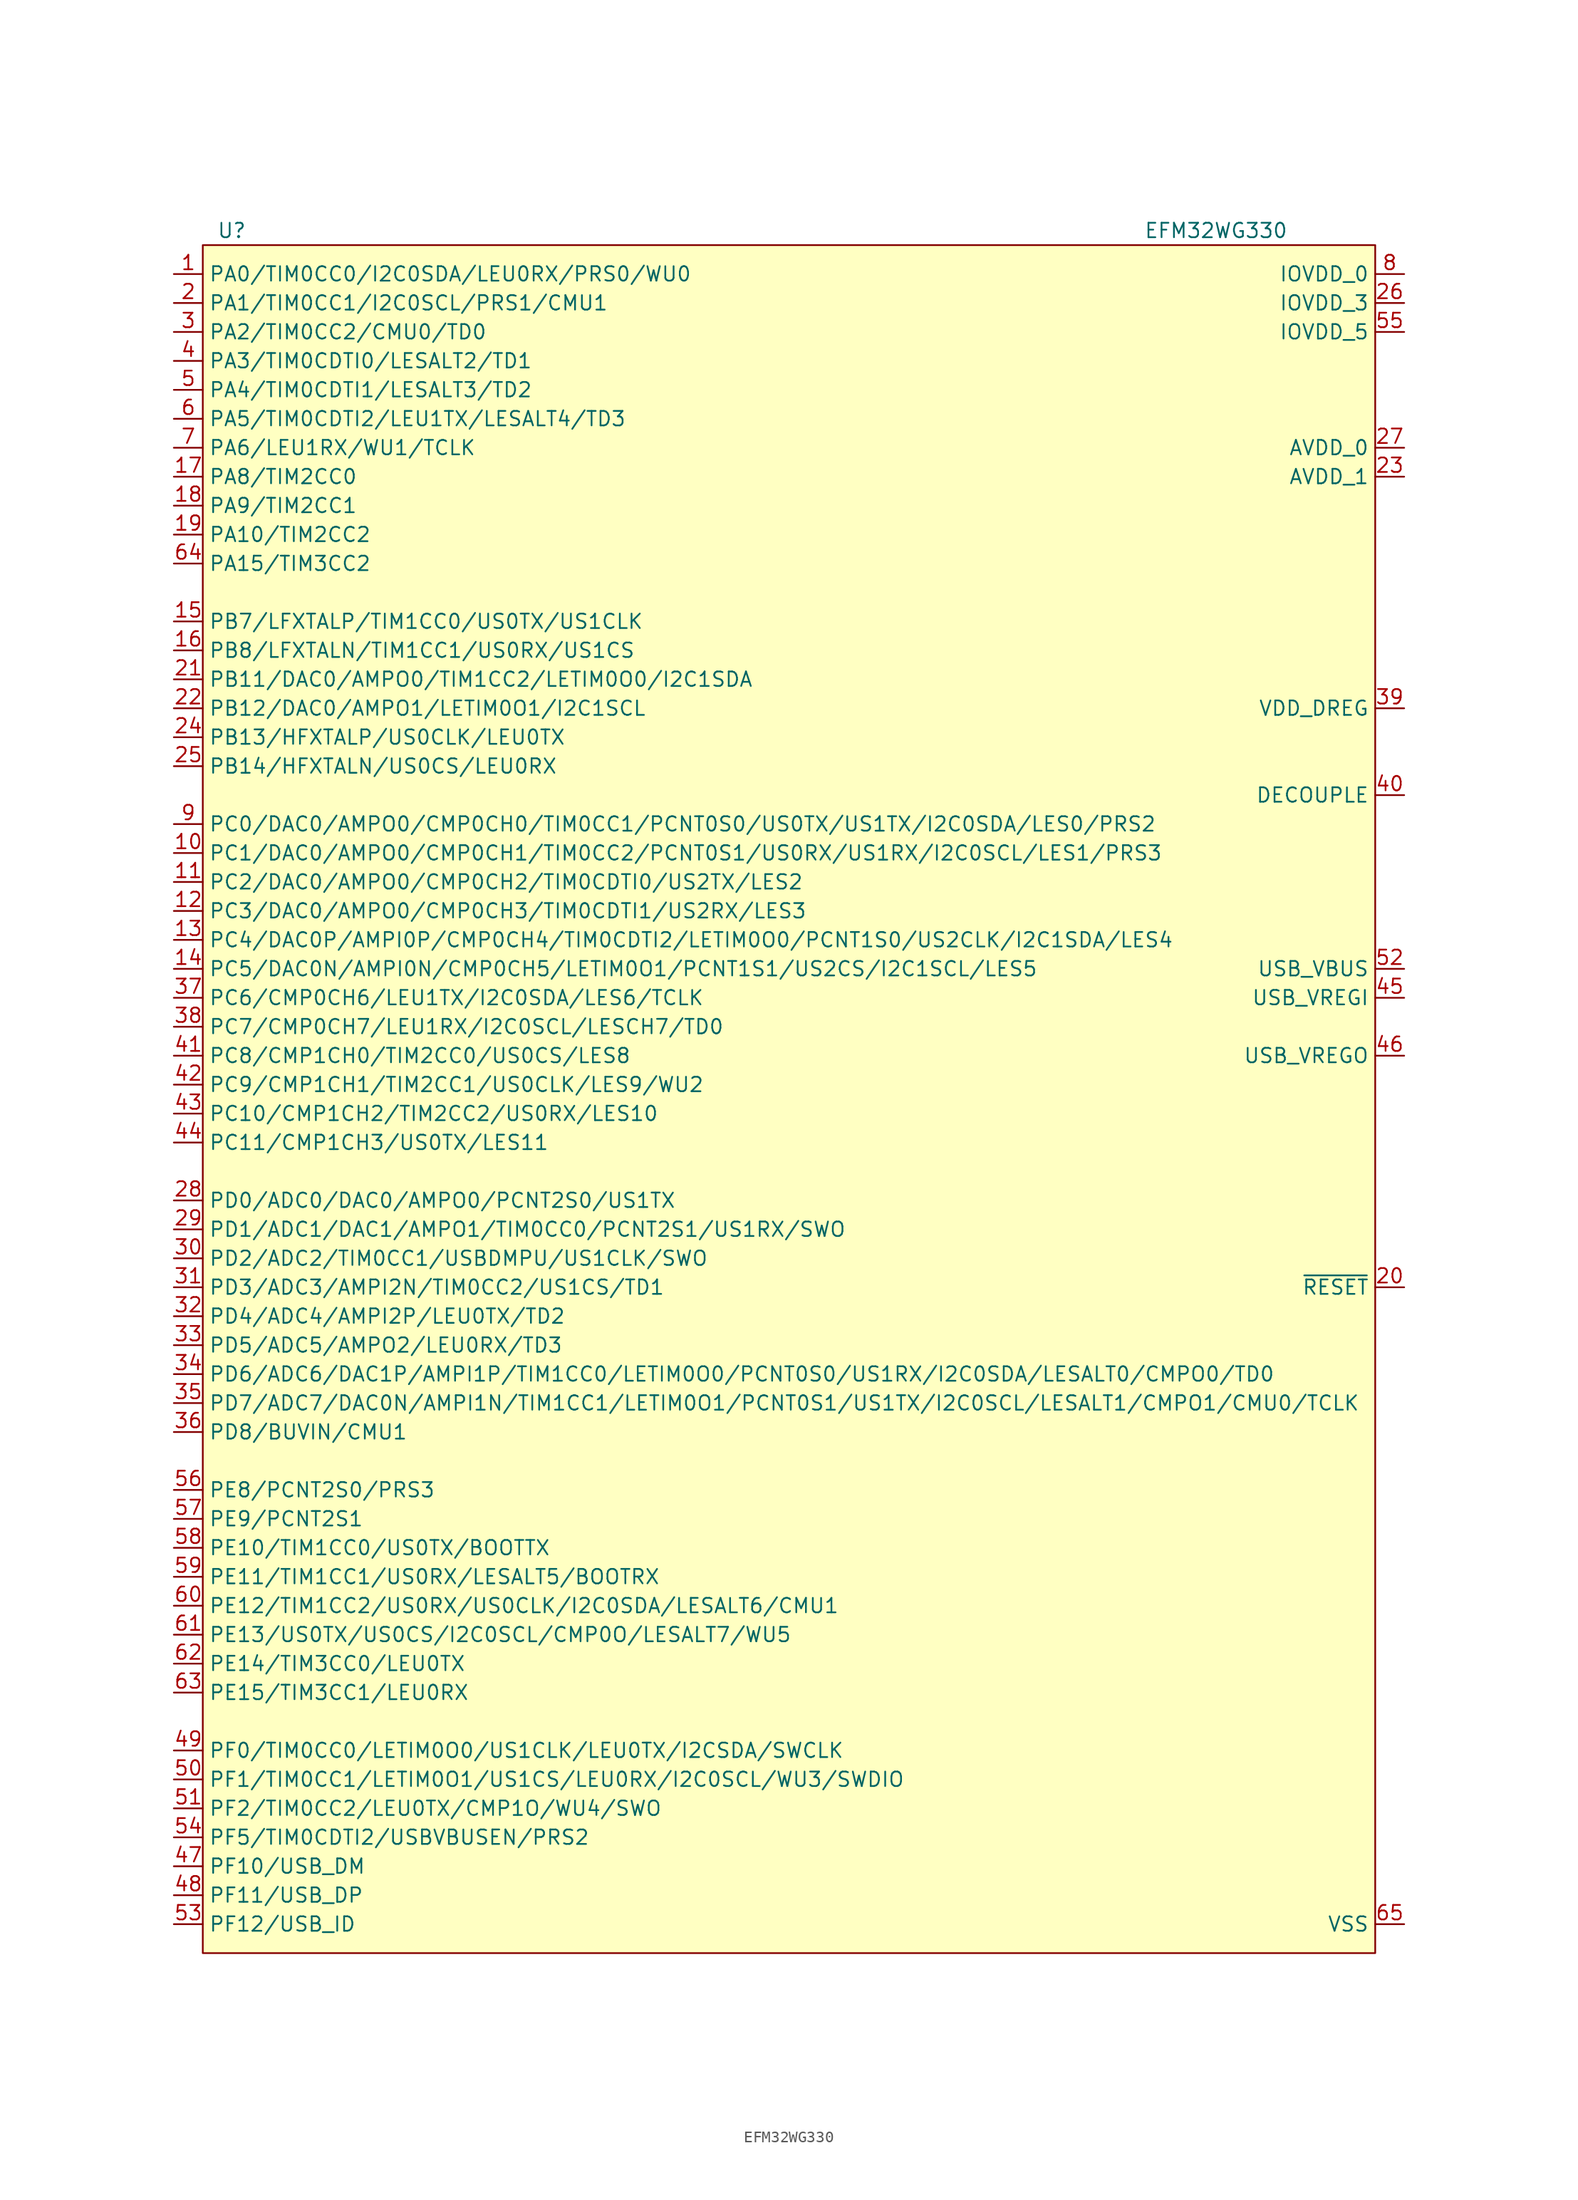
<source format=kicad_sym>
(kicad_symbol_lib
  (version 20231120)
  (generator "kicad_symbol_editor")
  (generator_version "8.0")
  (symbol "EFM32WG330"
    (property "Reference" "U"
      (at -49.53 72.39 0)
      (effects (font (size 1.27 1.27))))
    (property "Value" "EFM32WG330"
      (at 36.83 72.39 0)
      (effects (font (size 1.27 1.27))))
    (symbol "EFM32WG330_0_1"
      (rectangle (start -52.07 -78.74) (end 50.8 71.12) (stroke (width 0) (type default)) (fill (type background))))
    (symbol "EFM32WG330_1_1"
      (pin bidirectional line (at -54.61 68.58 0) (length 2.54) (name "PA0/TIM0CC0/I2C0SDA/LEU0RX/PRS0/WU0" (effects (font (size 1.27 1.27)))) (number "1" (effects (font (size 1.27 1.27)))))
      (pin bidirectional line (at -54.61 17.78 0) (length 2.54) (name "PC1/DAC0/AMPO0/CMP0CH1/TIM0CC2/PCNT0S1/US0RX/US1RX/I2C0SCL/LES1/PRS3" (effects (font (size 1.27 1.27)))) (number "10" (effects (font (size 1.27 1.27)))))
      (pin bidirectional line (at -54.61 15.24 0) (length 2.54) (name "PC2/DAC0/AMPO0/CMP0CH2/TIM0CDTI0/US2TX/LES2" (effects (font (size 1.27 1.27)))) (number "11" (effects (font (size 1.27 1.27)))))
      (pin bidirectional line (at -54.61 12.7 0) (length 2.54) (name "PC3/DAC0/AMPO0/CMP0CH3/TIM0CDTI1/US2RX/LES3" (effects (font (size 1.27 1.27)))) (number "12" (effects (font (size 1.27 1.27)))))
      (pin bidirectional line (at -54.61 10.16 0) (length 2.54) (name "PC4/DAC0P/AMPI0P/CMP0CH4/TIM0CDTI2/LETIM0O0/PCNT1S0/US2CLK/I2C1SDA/LES4" (effects (font (size 1.27 1.27)))) (number "13" (effects (font (size 1.27 1.27)))))
      (pin bidirectional line (at -54.61 7.62 0) (length 2.54) (name "PC5/DAC0N/AMPI0N/CMP0CH5/LETIM0O1/PCNT1S1/US2CS/I2C1SCL/LES5" (effects (font (size 1.27 1.27)))) (number "14" (effects (font (size 1.27 1.27)))))
      (pin bidirectional line (at -54.61 38.1 0) (length 2.54) (name "PB7/LFXTALP/TIM1CC0/US0TX/US1CLK" (effects (font (size 1.27 1.27)))) (number "15" (effects (font (size 1.27 1.27)))))
      (pin bidirectional line (at -54.61 35.56 0) (length 2.54) (name "PB8/LFXTALN/TIM1CC1/US0RX/US1CS" (effects (font (size 1.27 1.27)))) (number "16" (effects (font (size 1.27 1.27)))))
      (pin bidirectional line (at -54.61 50.8 0) (length 2.54) (name "PA8/TIM2CC0" (effects (font (size 1.27 1.27)))) (number "17" (effects (font (size 1.27 1.27)))))
      (pin bidirectional line (at -54.61 48.26 0) (length 2.54) (name "PA9/TIM2CC1" (effects (font (size 1.27 1.27)))) (number "18" (effects (font (size 1.27 1.27)))))
      (pin bidirectional line (at -54.61 45.72 0) (length 2.54) (name "PA10/TIM2CC2" (effects (font (size 1.27 1.27)))) (number "19" (effects (font (size 1.27 1.27)))))
      (pin bidirectional line (at -54.61 66.04 0) (length 2.54) (name "PA1/TIM0CC1/I2C0SCL/PRS1/CMU1" (effects (font (size 1.27 1.27)))) (number "2" (effects (font (size 1.27 1.27)))))
      (pin input line (at 53.34 -20.32 180) (length 2.54) (name "~{RESET}" (effects (font (size 1.27 1.27)))) (number "20" (effects (font (size 1.27 1.27)))))
      (pin bidirectional line (at -54.61 33.02 0) (length 2.54) (name "PB11/DAC0/AMPO0/TIM1CC2/LETIM0O0/I2C1SDA" (effects (font (size 1.27 1.27)))) (number "21" (effects (font (size 1.27 1.27)))))
      (pin bidirectional line (at -54.61 30.48 0) (length 2.54) (name "PB12/DAC0/AMPO1/LETIM0O1/I2C1SCL" (effects (font (size 1.27 1.27)))) (number "22" (effects (font (size 1.27 1.27)))))
      (pin power_in line (at 53.34 50.8 180) (length 2.54) (name "AVDD_1" (effects (font (size 1.27 1.27)))) (number "23" (effects (font (size 1.27 1.27)))))
      (pin bidirectional line (at -54.61 27.94 0) (length 2.54) (name "PB13/HFXTALP/US0CLK/LEU0TX" (effects (font (size 1.27 1.27)))) (number "24" (effects (font (size 1.27 1.27)))))
      (pin bidirectional line (at -54.61 25.4 0) (length 2.54) (name "PB14/HFXTALN/US0CS/LEU0RX" (effects (font (size 1.27 1.27)))) (number "25" (effects (font (size 1.27 1.27)))))
      (pin power_in line (at 53.34 66.04 180) (length 2.54) (name "IOVDD_3" (effects (font (size 1.27 1.27)))) (number "26" (effects (font (size 1.27 1.27)))))
      (pin power_in line (at 53.34 53.34 180) (length 2.54) (name "AVDD_0" (effects (font (size 1.27 1.27)))) (number "27" (effects (font (size 1.27 1.27)))))
      (pin bidirectional line (at -54.61 -12.7 0) (length 2.54) (name "PD0/ADC0/DAC0/AMPO0/PCNT2S0/US1TX" (effects (font (size 1.27 1.27)))) (number "28" (effects (font (size 1.27 1.27)))))
      (pin bidirectional line (at -54.61 -15.24 0) (length 2.54) (name "PD1/ADC1/DAC1/AMPO1/TIM0CC0/PCNT2S1/US1RX/SWO" (effects (font (size 1.27 1.27)))) (number "29" (effects (font (size 1.27 1.27)))))
      (pin bidirectional line (at -54.61 63.5 0) (length 2.54) (name "PA2/TIM0CC2/CMU0/TD0" (effects (font (size 1.27 1.27)))) (number "3" (effects (font (size 1.27 1.27)))))
      (pin bidirectional line (at -54.61 -17.78 0) (length 2.54) (name "PD2/ADC2/TIM0CC1/USBDMPU/US1CLK/SWO" (effects (font (size 1.27 1.27)))) (number "30" (effects (font (size 1.27 1.27)))))
      (pin bidirectional line (at -54.61 -20.32 0) (length 2.54) (name "PD3/ADC3/AMPI2N/TIM0CC2/US1CS/TD1" (effects (font (size 1.27 1.27)))) (number "31" (effects (font (size 1.27 1.27)))))
      (pin bidirectional line (at -54.61 -22.86 0) (length 2.54) (name "PD4/ADC4/AMPI2P/LEU0TX/TD2" (effects (font (size 1.27 1.27)))) (number "32" (effects (font (size 1.27 1.27)))))
      (pin bidirectional line (at -54.61 -25.4 0) (length 2.54) (name "PD5/ADC5/AMPO2/LEU0RX/TD3" (effects (font (size 1.27 1.27)))) (number "33" (effects (font (size 1.27 1.27)))))
      (pin bidirectional line (at -54.61 -27.94 0) (length 2.54) (name "PD6/ADC6/DAC1P/AMPI1P/TIM1CC0/LETIM0O0/PCNT0S0/US1RX/I2C0SDA/LESALT0/CMPO0/TD0" (effects (font (size 1.27 1.27)))) (number "34" (effects (font (size 1.27 1.27)))))
      (pin bidirectional line (at -54.61 -30.48 0) (length 2.54) (name "PD7/ADC7/DAC0N/AMPI1N/TIM1CC1/LETIM0O1/PCNT0S1/US1TX/I2C0SCL/LESALT1/CMPO1/CMU0/TCLK" (effects (font (size 1.27 1.27)))) (number "35" (effects (font (size 1.27 1.27)))))
      (pin bidirectional line (at -54.61 -33.02 0) (length 2.54) (name "PD8/BUVIN/CMU1" (effects (font (size 1.27 1.27)))) (number "36" (effects (font (size 1.27 1.27)))))
      (pin bidirectional line (at -54.61 5.08 0) (length 2.54) (name "PC6/CMP0CH6/LEU1TX/I2C0SDA/LES6/TCLK" (effects (font (size 1.27 1.27)))) (number "37" (effects (font (size 1.27 1.27)))))
      (pin bidirectional line (at -54.61 2.54 0) (length 2.54) (name "PC7/CMP0CH7/LEU1RX/I2C0SCL/LESCH7/TD0" (effects (font (size 1.27 1.27)))) (number "38" (effects (font (size 1.27 1.27)))))
      (pin power_out line (at 53.34 30.48 180) (length 2.54) (name "VDD_DREG" (effects (font (size 1.27 1.27)))) (number "39" (effects (font (size 1.27 1.27)))))
      (pin bidirectional line (at -54.61 60.96 0) (length 2.54) (name "PA3/TIM0CDTI0/LESALT2/TD1" (effects (font (size 1.27 1.27)))) (number "4" (effects (font (size 1.27 1.27)))))
      (pin power_out line (at 53.34 22.86 180) (length 2.54) (name "DECOUPLE" (effects (font (size 1.27 1.27)))) (number "40" (effects (font (size 1.27 1.27)))))
      (pin bidirectional line (at -54.61 0 0) (length 2.54) (name "PC8/CMP1CH0/TIM2CC0/US0CS/LES8" (effects (font (size 1.27 1.27)))) (number "41" (effects (font (size 1.27 1.27)))))
      (pin bidirectional line (at -54.61 -2.54 0) (length 2.54) (name "PC9/CMP1CH1/TIM2CC1/US0CLK/LES9/WU2" (effects (font (size 1.27 1.27)))) (number "42" (effects (font (size 1.27 1.27)))))
      (pin bidirectional line (at -54.61 -5.08 0) (length 2.54) (name "PC10/CMP1CH2/TIM2CC2/US0RX/LES10" (effects (font (size 1.27 1.27)))) (number "43" (effects (font (size 1.27 1.27)))))
      (pin bidirectional line (at -54.61 -7.62 0) (length 2.54) (name "PC11/CMP1CH3/US0TX/LES11" (effects (font (size 1.27 1.27)))) (number "44" (effects (font (size 1.27 1.27)))))
      (pin power_in line (at 53.34 5.08 180) (length 2.54) (name "USB_VREGI" (effects (font (size 1.27 1.27)))) (number "45" (effects (font (size 1.27 1.27)))))
      (pin power_out line (at 53.34 0 180) (length 2.54) (name "USB_VREGO" (effects (font (size 1.27 1.27)))) (number "46" (effects (font (size 1.27 1.27)))))
      (pin bidirectional line (at -54.61 -71.12 0) (length 2.54) (name "PF10/USB_DM" (effects (font (size 1.27 1.27)))) (number "47" (effects (font (size 1.27 1.27)))))
      (pin bidirectional line (at -54.61 -73.66 0) (length 2.54) (name "PF11/USB_DP" (effects (font (size 1.27 1.27)))) (number "48" (effects (font (size 1.27 1.27)))))
      (pin bidirectional line (at -54.61 -60.96 0) (length 2.54) (name "PF0/TIM0CC0/LETIM0O0/US1CLK/LEU0TX/I2CSDA/SWCLK" (effects (font (size 1.27 1.27)))) (number "49" (effects (font (size 1.27 1.27)))))
      (pin bidirectional line (at -54.61 58.42 0) (length 2.54) (name "PA4/TIM0CDTI1/LESALT3/TD2" (effects (font (size 1.27 1.27)))) (number "5" (effects (font (size 1.27 1.27)))))
      (pin bidirectional line (at -54.61 -63.5 0) (length 2.54) (name "PF1/TIM0CC1/LETIM0O1/US1CS/LEU0RX/I2C0SCL/WU3/SWDIO" (effects (font (size 1.27 1.27)))) (number "50" (effects (font (size 1.27 1.27)))))
      (pin bidirectional line (at -54.61 -66.04 0) (length 2.54) (name "PF2/TIM0CC2/LEU0TX/CMP1O/WU4/SWO" (effects (font (size 1.27 1.27)))) (number "51" (effects (font (size 1.27 1.27)))))
      (pin input line (at 53.34 7.62 180) (length 2.54) (name "USB_VBUS" (effects (font (size 1.27 1.27)))) (number "52" (effects (font (size 1.27 1.27)))))
      (pin bidirectional line (at -54.61 -76.2 0) (length 2.54) (name "PF12/USB_ID" (effects (font (size 1.27 1.27)))) (number "53" (effects (font (size 1.27 1.27)))))
      (pin bidirectional line (at -54.61 -68.58 0) (length 2.54) (name "PF5/TIM0CDTI2/USBVBUSEN/PRS2" (effects (font (size 1.27 1.27)))) (number "54" (effects (font (size 1.27 1.27)))))
      (pin power_in line (at 53.34 63.5 180) (length 2.54) (name "IOVDD_5" (effects (font (size 1.27 1.27)))) (number "55" (effects (font (size 1.27 1.27)))))
      (pin bidirectional line (at -54.61 -38.1 0) (length 2.54) (name "PE8/PCNT2S0/PRS3" (effects (font (size 1.27 1.27)))) (number "56" (effects (font (size 1.27 1.27)))))
      (pin bidirectional line (at -54.61 -40.64 0) (length 2.54) (name "PE9/PCNT2S1" (effects (font (size 1.27 1.27)))) (number "57" (effects (font (size 1.27 1.27)))))
      (pin bidirectional line (at -54.61 -43.18 0) (length 2.54) (name "PE10/TIM1CC0/US0TX/BOOTTX" (effects (font (size 1.27 1.27)))) (number "58" (effects (font (size 1.27 1.27)))))
      (pin bidirectional line (at -54.61 -45.72 0) (length 2.54) (name "PE11/TIM1CC1/US0RX/LESALT5/BOOTRX" (effects (font (size 1.27 1.27)))) (number "59" (effects (font (size 1.27 1.27)))))
      (pin bidirectional line (at -54.61 55.88 0) (length 2.54) (name "PA5/TIM0CDTI2/LEU1TX/LESALT4/TD3" (effects (font (size 1.27 1.27)))) (number "6" (effects (font (size 1.27 1.27)))))
      (pin bidirectional line (at -54.61 -48.26 0) (length 2.54) (name "PE12/TIM1CC2/US0RX/US0CLK/I2C0SDA/LESALT6/CMU1" (effects (font (size 1.27 1.27)))) (number "60" (effects (font (size 1.27 1.27)))))
      (pin bidirectional line (at -54.61 -50.8 0) (length 2.54) (name "PE13/US0TX/US0CS/I2C0SCL/CMP0O/LESALT7/WU5" (effects (font (size 1.27 1.27)))) (number "61" (effects (font (size 1.27 1.27)))))
      (pin bidirectional line (at -54.61 -53.34 0) (length 2.54) (name "PE14/TIM3CC0/LEU0TX" (effects (font (size 1.27 1.27)))) (number "62" (effects (font (size 1.27 1.27)))))
      (pin bidirectional line (at -54.61 -55.88 0) (length 2.54) (name "PE15/TIM3CC1/LEU0RX" (effects (font (size 1.27 1.27)))) (number "63" (effects (font (size 1.27 1.27)))))
      (pin bidirectional line (at -54.61 43.18 0) (length 2.54) (name "PA15/TIM3CC2" (effects (font (size 1.27 1.27)))) (number "64" (effects (font (size 1.27 1.27)))))
      (pin bidirectional line (at 53.34 -76.2 180) (length 2.54) (name "VSS" (effects (font (size 1.27 1.27)))) (number "65" (effects (font (size 1.27 1.27)))))
      (pin bidirectional line (at -54.61 53.34 0) (length 2.54) (name "PA6/LEU1RX/WU1/TCLK" (effects (font (size 1.27 1.27)))) (number "7" (effects (font (size 1.27 1.27)))))
      (pin power_in line (at 53.34 68.58 180) (length 2.54) (name "IOVDD_0" (effects (font (size 1.27 1.27)))) (number "8" (effects (font (size 1.27 1.27)))))
      (pin bidirectional line (at -54.61 20.32 0) (length 2.54) (name "PC0/DAC0/AMPO0/CMP0CH0/TIM0CC1/PCNT0S0/US0TX/US1TX/I2C0SDA/LES0/PRS2" (effects (font (size 1.27 1.27)))) (number "9" (effects (font (size 1.27 1.27))))))))
</source>
